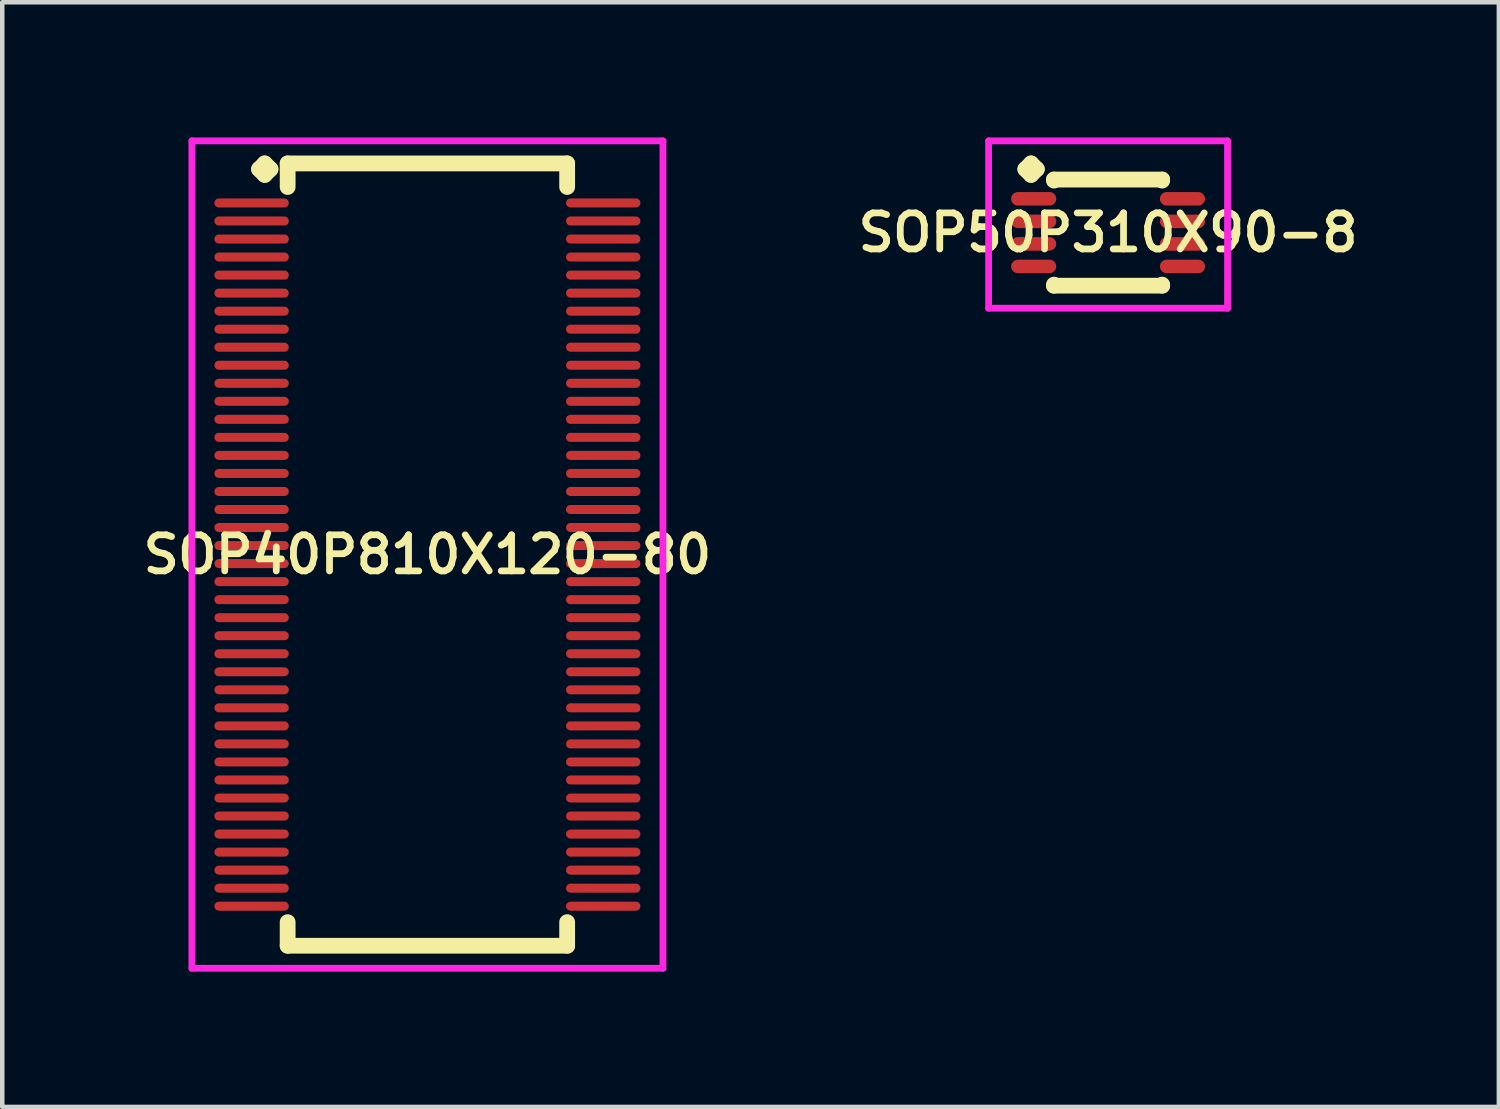
<source format=kicad_pcb>
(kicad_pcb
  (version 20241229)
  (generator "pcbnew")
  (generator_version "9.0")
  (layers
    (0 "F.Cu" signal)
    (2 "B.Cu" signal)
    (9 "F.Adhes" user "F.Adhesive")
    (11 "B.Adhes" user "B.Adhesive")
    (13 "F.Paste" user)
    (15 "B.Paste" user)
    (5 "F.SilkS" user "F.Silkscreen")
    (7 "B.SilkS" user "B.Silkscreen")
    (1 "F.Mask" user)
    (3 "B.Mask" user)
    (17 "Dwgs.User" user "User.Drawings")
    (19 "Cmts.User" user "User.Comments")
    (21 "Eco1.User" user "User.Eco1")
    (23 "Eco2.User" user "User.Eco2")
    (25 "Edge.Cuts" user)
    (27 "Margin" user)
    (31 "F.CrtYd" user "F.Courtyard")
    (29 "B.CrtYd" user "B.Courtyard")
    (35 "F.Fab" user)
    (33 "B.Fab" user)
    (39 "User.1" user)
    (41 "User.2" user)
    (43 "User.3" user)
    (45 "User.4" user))
  (footprint "SOP50P310X90-8"
    (layer "F.Cu")
    (at 21.53 2.11)
    (property "Reference" "SOP50P310X90-8" (at 0 0 0) (layer "F.SilkS") (effects (font (size 0.8 0.8) (thickness 0.15))))
    (attr smd)
    (fp_line (start -1.835 -1.408) (end -1.708 -1.535) (stroke (width 0.35) (type solid)) (layer "F.SilkS"))
    (fp_line (start -1.708 -1.535) (end -1.581 -1.408) (stroke (width 0.35) (type solid)) (layer "F.SilkS"))
    (fp_line (start -1.708 -1.281) (end -1.835 -1.408) (stroke (width 0.35) (type solid)) (layer "F.SilkS"))
    (fp_line (start -1.581 -1.408) (end -1.708 -1.281) (stroke (width 0.35) (type solid)) (layer "F.SilkS"))
    (fp_line (start -1.2 -1.177) (end 1.2 -1.177) (stroke (width 0.35) (type solid)) (layer "F.SilkS"))
    (fp_line (start -1.2 -1.154) (end -1.2 -1.177) (stroke (width 0.35) (type solid)) (layer "F.SilkS"))
    (fp_line (start -1.2 1.154) (end -1.2 1.177) (stroke (width 0.35) (type solid)) (layer "F.SilkS"))
    (fp_line (start -1.2 1.177) (end 1.2 1.177) (stroke (width 0.35) (type solid)) (layer "F.SilkS"))
    (fp_line (start 1.2 -1.177) (end 1.2 -1.154) (stroke (width 0.35) (type solid)) (layer "F.SilkS"))
    (fp_line (start 1.2 1.177) (end 1.2 1.154) (stroke (width 0.35) (type solid)) (layer "F.SilkS"))
    (fp_line (start -2.65 -2.035) (end 2.65 -2.035) (stroke (width 0.15) (type solid)) (layer "F.CrtYd"))
    (fp_line (start -2.65 1.677) (end -2.65 -2.035) (stroke (width 0.15) (type solid)) (layer "F.CrtYd"))
    (fp_line (start 2.65 -2.035) (end 2.65 1.677) (stroke (width 0.15) (type solid)) (layer "F.CrtYd"))
    (fp_line (start 2.65 1.677) (end -2.65 1.677) (stroke (width 0.15) (type solid)) (layer "F.CrtYd"))
    (pad "1" smd oval (at -1.65 -0.75) (size 1 0.3) (layers "F.Cu" "F.Mask" "F.Paste"))
    (pad "2" smd oval (at -1.65 -0.25) (size 1 0.3) (layers "F.Cu" "F.Mask" "F.Paste"))
    (pad "3" smd oval (at -1.65 0.25) (size 1 0.3) (layers "F.Cu" "F.Mask" "F.Paste"))
    (pad "4" smd oval (at -1.65 0.75) (size 1 0.3) (layers "F.Cu" "F.Mask" "F.Paste"))
    (pad "5" smd oval (at 1.65 0.75) (size 1 0.3) (layers "F.Cu" "F.Mask" "F.Paste"))
    (pad "6" smd oval (at 1.65 0.25) (size 1 0.3) (layers "F.Cu" "F.Mask" "F.Paste"))
    (pad "7" smd oval (at 1.65 -0.25) (size 1 0.3) (layers "F.Cu" "F.Mask" "F.Paste"))
    (pad "8" smd oval (at 1.65 -0.75) (size 1 0.3) (layers "F.Cu" "F.Mask" "F.Paste")))
  (footprint "SOP40P810X120-80"
    (layer "F.Cu")
    (at 6.431 9.252)
    (property "Reference" "SOP40P810X120-80" (at 0 0 0) (layer "F.SilkS") (effects (font (size 0.8 0.8) (thickness 0.15))))
    (attr smd)
    (fp_line (start -3.735 -8.55) (end -3.608 -8.677) (stroke (width 0.35) (type solid)) (layer "F.SilkS"))
    (fp_line (start -3.608 -8.677) (end -3.481 -8.55) (stroke (width 0.35) (type solid)) (layer "F.SilkS"))
    (fp_line (start -3.608 -8.423) (end -3.735 -8.55) (stroke (width 0.35) (type solid)) (layer "F.SilkS"))
    (fp_line (start -3.481 -8.55) (end -3.608 -8.423) (stroke (width 0.35) (type solid)) (layer "F.SilkS"))
    (fp_line (start -3.1 -8.677) (end 3.1 -8.677) (stroke (width 0.35) (type solid)) (layer "F.SilkS"))
    (fp_line (start -3.1 -8.154) (end -3.1 -8.677) (stroke (width 0.35) (type solid)) (layer "F.SilkS"))
    (fp_line (start -3.1 8.154) (end -3.1 8.677) (stroke (width 0.35) (type solid)) (layer "F.SilkS"))
    (fp_line (start -3.1 8.677) (end 3.1 8.677) (stroke (width 0.35) (type solid)) (layer "F.SilkS"))
    (fp_line (start 3.1 -8.677) (end 3.1 -8.154) (stroke (width 0.35) (type solid)) (layer "F.SilkS"))
    (fp_line (start 3.1 8.677) (end 3.1 8.154) (stroke (width 0.35) (type solid)) (layer "F.SilkS"))
    (fp_line (start -5.225 -9.177) (end 5.225 -9.177) (stroke (width 0.15) (type solid)) (layer "F.CrtYd"))
    (fp_line (start -5.225 9.177) (end -5.225 -9.177) (stroke (width 0.15) (type solid)) (layer "F.CrtYd"))
    (fp_line (start 5.225 -9.177) (end 5.225 9.177) (stroke (width 0.15) (type solid)) (layer "F.CrtYd"))
    (fp_line (start 5.225 9.177) (end -5.225 9.177) (stroke (width 0.15) (type solid)) (layer "F.CrtYd"))
    (pad "1" smd oval (at -3.9 -7.8) (size 1.65 0.2) (layers "F.Cu" "F.Mask" "F.Paste"))
    (pad "2" smd oval (at -3.9 -7.4) (size 1.65 0.2) (layers "F.Cu" "F.Mask" "F.Paste"))
    (pad "3" smd oval (at -3.9 -7) (size 1.65 0.2) (layers "F.Cu" "F.Mask" "F.Paste"))
    (pad "4" smd oval (at -3.9 -6.6) (size 1.65 0.2) (layers "F.Cu" "F.Mask" "F.Paste"))
    (pad "5" smd oval (at -3.9 -6.2) (size 1.65 0.2) (layers "F.Cu" "F.Mask" "F.Paste"))
    (pad "6" smd oval (at -3.9 -5.8) (size 1.65 0.2) (layers "F.Cu" "F.Mask" "F.Paste"))
    (pad "7" smd oval (at -3.9 -5.4) (size 1.65 0.2) (layers "F.Cu" "F.Mask" "F.Paste"))
    (pad "8" smd oval (at -3.9 -5) (size 1.65 0.2) (layers "F.Cu" "F.Mask" "F.Paste"))
    (pad "9" smd oval (at -3.9 -4.6) (size 1.65 0.2) (layers "F.Cu" "F.Mask" "F.Paste"))
    (pad "10" smd oval (at -3.9 -4.2) (size 1.65 0.2) (layers "F.Cu" "F.Mask" "F.Paste"))
    (pad "11" smd oval (at -3.9 -3.8) (size 1.65 0.2) (layers "F.Cu" "F.Mask" "F.Paste"))
    (pad "12" smd oval (at -3.9 -3.4) (size 1.65 0.2) (layers "F.Cu" "F.Mask" "F.Paste"))
    (pad "13" smd oval (at -3.9 -3) (size 1.65 0.2) (layers "F.Cu" "F.Mask" "F.Paste"))
    (pad "14" smd oval (at -3.9 -2.6) (size 1.65 0.2) (layers "F.Cu" "F.Mask" "F.Paste"))
    (pad "15" smd oval (at -3.9 -2.2) (size 1.65 0.2) (layers "F.Cu" "F.Mask" "F.Paste"))
    (pad "16" smd oval (at -3.9 -1.8) (size 1.65 0.2) (layers "F.Cu" "F.Mask" "F.Paste"))
    (pad "17" smd oval (at -3.9 -1.4) (size 1.65 0.2) (layers "F.Cu" "F.Mask" "F.Paste"))
    (pad "18" smd oval (at -3.9 -1) (size 1.65 0.2) (layers "F.Cu" "F.Mask" "F.Paste"))
    (pad "19" smd oval (at -3.9 -0.6) (size 1.65 0.2) (layers "F.Cu" "F.Mask" "F.Paste"))
    (pad "20" smd oval (at -3.9 -0.2) (size 1.65 0.2) (layers "F.Cu" "F.Mask" "F.Paste"))
    (pad "21" smd oval (at -3.9 0.2) (size 1.65 0.2) (layers "F.Cu" "F.Mask" "F.Paste"))
    (pad "22" smd oval (at -3.9 0.6) (size 1.65 0.2) (layers "F.Cu" "F.Mask" "F.Paste"))
    (pad "23" smd oval (at -3.9 1) (size 1.65 0.2) (layers "F.Cu" "F.Mask" "F.Paste"))
    (pad "24" smd oval (at -3.9 1.4) (size 1.65 0.2) (layers "F.Cu" "F.Mask" "F.Paste"))
    (pad "25" smd oval (at -3.9 1.8) (size 1.65 0.2) (layers "F.Cu" "F.Mask" "F.Paste"))
    (pad "26" smd oval (at -3.9 2.2) (size 1.65 0.2) (layers "F.Cu" "F.Mask" "F.Paste"))
    (pad "27" smd oval (at -3.9 2.6) (size 1.65 0.2) (layers "F.Cu" "F.Mask" "F.Paste"))
    (pad "28" smd oval (at -3.9 3) (size 1.65 0.2) (layers "F.Cu" "F.Mask" "F.Paste"))
    (pad "29" smd oval (at -3.9 3.4) (size 1.65 0.2) (layers "F.Cu" "F.Mask" "F.Paste"))
    (pad "30" smd oval (at -3.9 3.8) (size 1.65 0.2) (layers "F.Cu" "F.Mask" "F.Paste"))
    (pad "31" smd oval (at -3.9 4.2) (size 1.65 0.2) (layers "F.Cu" "F.Mask" "F.Paste"))
    (pad "32" smd oval (at -3.9 4.6) (size 1.65 0.2) (layers "F.Cu" "F.Mask" "F.Paste"))
    (pad "33" smd oval (at -3.9 5) (size 1.65 0.2) (layers "F.Cu" "F.Mask" "F.Paste"))
    (pad "34" smd oval (at -3.9 5.4) (size 1.65 0.2) (layers "F.Cu" "F.Mask" "F.Paste"))
    (pad "35" smd oval (at -3.9 5.8) (size 1.65 0.2) (layers "F.Cu" "F.Mask" "F.Paste"))
    (pad "36" smd oval (at -3.9 6.2) (size 1.65 0.2) (layers "F.Cu" "F.Mask" "F.Paste"))
    (pad "37" smd oval (at -3.9 6.6) (size 1.65 0.2) (layers "F.Cu" "F.Mask" "F.Paste"))
    (pad "38" smd oval (at -3.9 7) (size 1.65 0.2) (layers "F.Cu" "F.Mask" "F.Paste"))
    (pad "39" smd oval (at -3.9 7.4) (size 1.65 0.2) (layers "F.Cu" "F.Mask" "F.Paste"))
    (pad "40" smd oval (at -3.9 7.8) (size 1.65 0.2) (layers "F.Cu" "F.Mask" "F.Paste"))
    (pad "41" smd oval (at 3.9 7.8) (size 1.65 0.2) (layers "F.Cu" "F.Mask" "F.Paste"))
    (pad "42" smd oval (at 3.9 7.4) (size 1.65 0.2) (layers "F.Cu" "F.Mask" "F.Paste"))
    (pad "43" smd oval (at 3.9 7) (size 1.65 0.2) (layers "F.Cu" "F.Mask" "F.Paste"))
    (pad "44" smd oval (at 3.9 6.6) (size 1.65 0.2) (layers "F.Cu" "F.Mask" "F.Paste"))
    (pad "45" smd oval (at 3.9 6.2) (size 1.65 0.2) (layers "F.Cu" "F.Mask" "F.Paste"))
    (pad "46" smd oval (at 3.9 5.8) (size 1.65 0.2) (layers "F.Cu" "F.Mask" "F.Paste"))
    (pad "47" smd oval (at 3.9 5.4) (size 1.65 0.2) (layers "F.Cu" "F.Mask" "F.Paste"))
    (pad "48" smd oval (at 3.9 5) (size 1.65 0.2) (layers "F.Cu" "F.Mask" "F.Paste"))
    (pad "49" smd oval (at 3.9 4.6) (size 1.65 0.2) (layers "F.Cu" "F.Mask" "F.Paste"))
    (pad "50" smd oval (at 3.9 4.2) (size 1.65 0.2) (layers "F.Cu" "F.Mask" "F.Paste"))
    (pad "51" smd oval (at 3.9 3.8) (size 1.65 0.2) (layers "F.Cu" "F.Mask" "F.Paste"))
    (pad "52" smd oval (at 3.9 3.4) (size 1.65 0.2) (layers "F.Cu" "F.Mask" "F.Paste"))
    (pad "53" smd oval (at 3.9 3) (size 1.65 0.2) (layers "F.Cu" "F.Mask" "F.Paste"))
    (pad "54" smd oval (at 3.9 2.6) (size 1.65 0.2) (layers "F.Cu" "F.Mask" "F.Paste"))
    (pad "55" smd oval (at 3.9 2.2) (size 1.65 0.2) (layers "F.Cu" "F.Mask" "F.Paste"))
    (pad "56" smd oval (at 3.9 1.8) (size 1.65 0.2) (layers "F.Cu" "F.Mask" "F.Paste"))
    (pad "57" smd oval (at 3.9 1.4) (size 1.65 0.2) (layers "F.Cu" "F.Mask" "F.Paste"))
    (pad "58" smd oval (at 3.9 1) (size 1.65 0.2) (layers "F.Cu" "F.Mask" "F.Paste"))
    (pad "59" smd oval (at 3.9 0.6) (size 1.65 0.2) (layers "F.Cu" "F.Mask" "F.Paste"))
    (pad "60" smd oval (at 3.9 0.2) (size 1.65 0.2) (layers "F.Cu" "F.Mask" "F.Paste"))
    (pad "61" smd oval (at 3.9 -0.2) (size 1.65 0.2) (layers "F.Cu" "F.Mask" "F.Paste"))
    (pad "62" smd oval (at 3.9 -0.6) (size 1.65 0.2) (layers "F.Cu" "F.Mask" "F.Paste"))
    (pad "63" smd oval (at 3.9 -1) (size 1.65 0.2) (layers "F.Cu" "F.Mask" "F.Paste"))
    (pad "64" smd oval (at 3.9 -1.4) (size 1.65 0.2) (layers "F.Cu" "F.Mask" "F.Paste"))
    (pad "65" smd oval (at 3.9 -1.8) (size 1.65 0.2) (layers "F.Cu" "F.Mask" "F.Paste"))
    (pad "66" smd oval (at 3.9 -2.2) (size 1.65 0.2) (layers "F.Cu" "F.Mask" "F.Paste"))
    (pad "67" smd oval (at 3.9 -2.6) (size 1.65 0.2) (layers "F.Cu" "F.Mask" "F.Paste"))
    (pad "68" smd oval (at 3.9 -3) (size 1.65 0.2) (layers "F.Cu" "F.Mask" "F.Paste"))
    (pad "69" smd oval (at 3.9 -3.4) (size 1.65 0.2) (layers "F.Cu" "F.Mask" "F.Paste"))
    (pad "70" smd oval (at 3.9 -3.8) (size 1.65 0.2) (layers "F.Cu" "F.Mask" "F.Paste"))
    (pad "71" smd oval (at 3.9 -4.2) (size 1.65 0.2) (layers "F.Cu" "F.Mask" "F.Paste"))
    (pad "72" smd oval (at 3.9 -4.6) (size 1.65 0.2) (layers "F.Cu" "F.Mask" "F.Paste"))
    (pad "73" smd oval (at 3.9 -5) (size 1.65 0.2) (layers "F.Cu" "F.Mask" "F.Paste"))
    (pad "74" smd oval (at 3.9 -5.4) (size 1.65 0.2) (layers "F.Cu" "F.Mask" "F.Paste"))
    (pad "75" smd oval (at 3.9 -5.8) (size 1.65 0.2) (layers "F.Cu" "F.Mask" "F.Paste"))
    (pad "76" smd oval (at 3.9 -6.2) (size 1.65 0.2) (layers "F.Cu" "F.Mask" "F.Paste"))
    (pad "77" smd oval (at 3.9 -6.6) (size 1.65 0.2) (layers "F.Cu" "F.Mask" "F.Paste"))
    (pad "78" smd oval (at 3.9 -7) (size 1.65 0.2) (layers "F.Cu" "F.Mask" "F.Paste"))
    (pad "79" smd oval (at 3.9 -7.4) (size 1.65 0.2) (layers "F.Cu" "F.Mask" "F.Paste"))
    (pad "80" smd oval (at 3.9 -7.8) (size 1.65 0.2) (layers "F.Cu" "F.Mask" "F.Paste")))
  (gr_rect
    (start -3 -3)
    (end 30.199 21.504)
    (stroke (width 0.1) (type default))
    (fill no)
    (layer "Edge.Cuts")))
</source>
